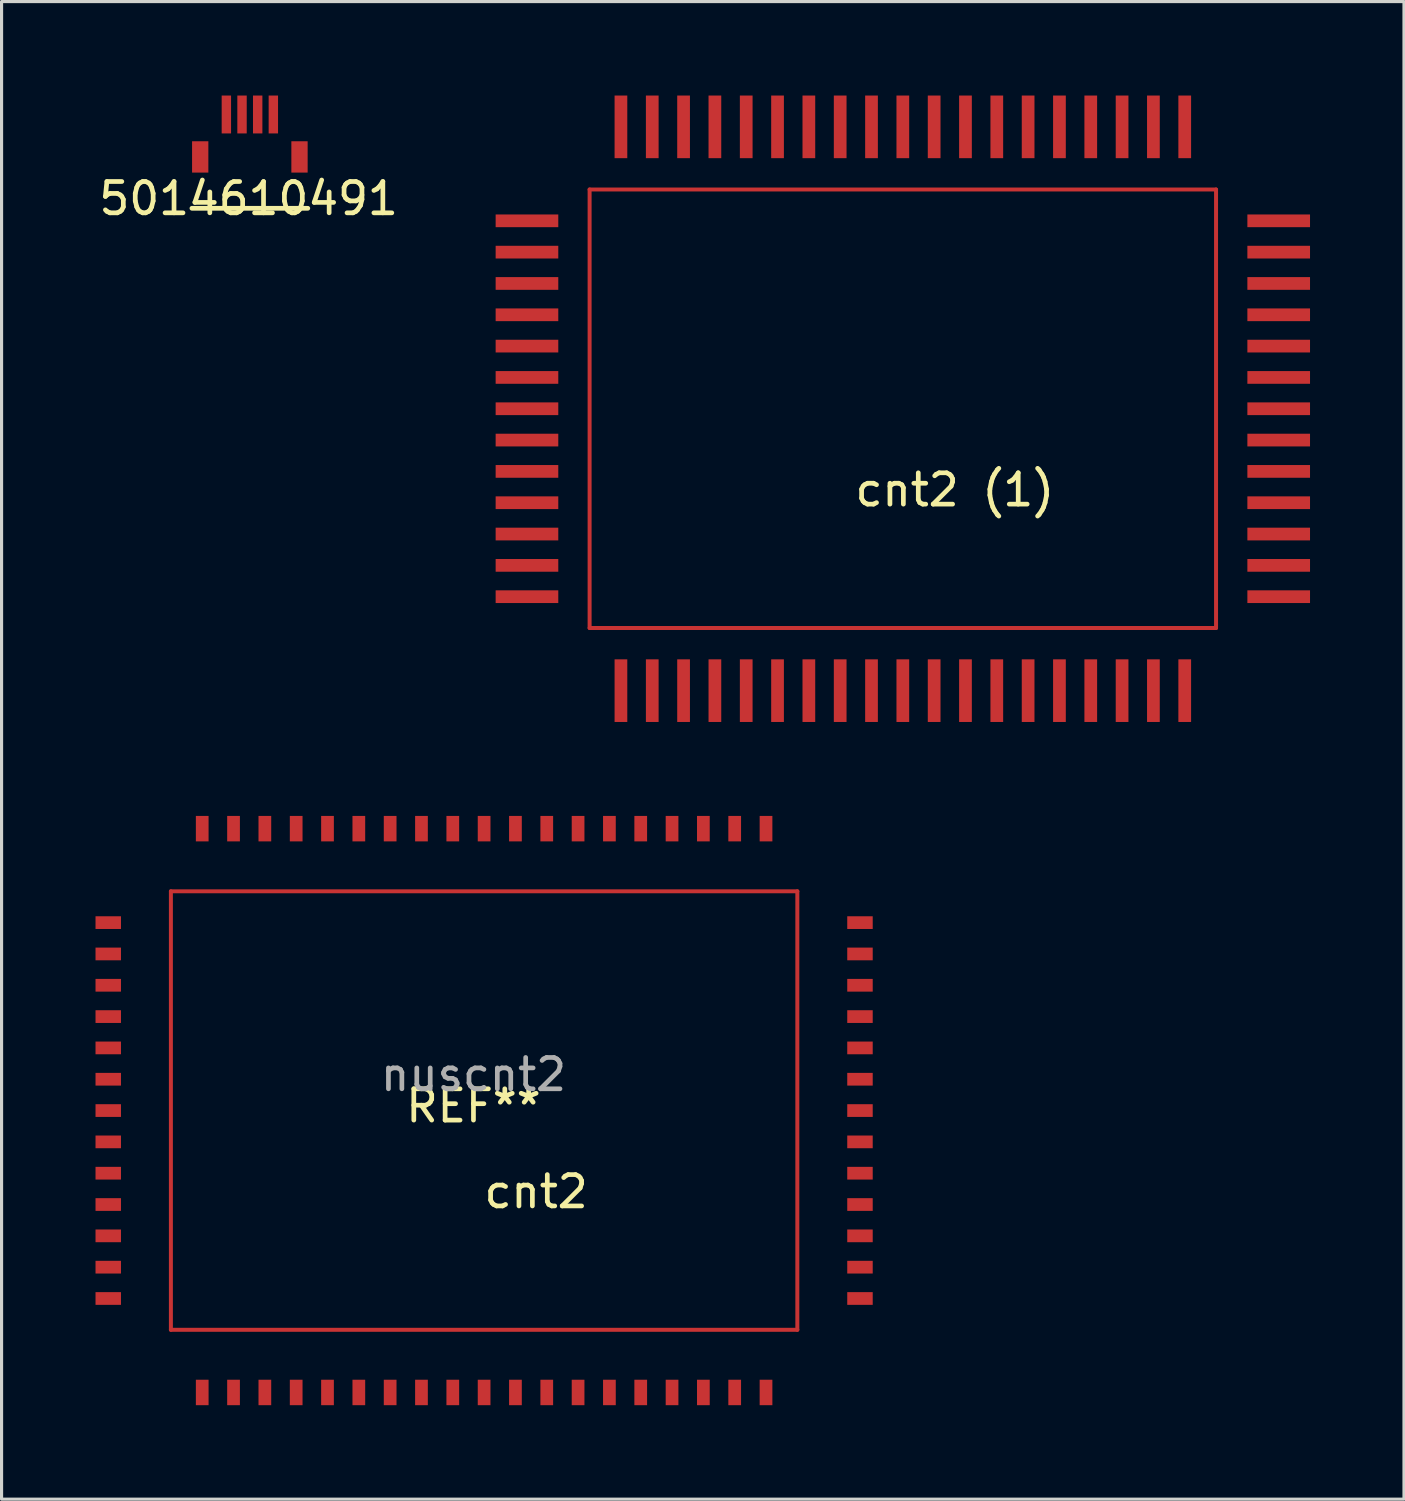
<source format=kicad_pcb>
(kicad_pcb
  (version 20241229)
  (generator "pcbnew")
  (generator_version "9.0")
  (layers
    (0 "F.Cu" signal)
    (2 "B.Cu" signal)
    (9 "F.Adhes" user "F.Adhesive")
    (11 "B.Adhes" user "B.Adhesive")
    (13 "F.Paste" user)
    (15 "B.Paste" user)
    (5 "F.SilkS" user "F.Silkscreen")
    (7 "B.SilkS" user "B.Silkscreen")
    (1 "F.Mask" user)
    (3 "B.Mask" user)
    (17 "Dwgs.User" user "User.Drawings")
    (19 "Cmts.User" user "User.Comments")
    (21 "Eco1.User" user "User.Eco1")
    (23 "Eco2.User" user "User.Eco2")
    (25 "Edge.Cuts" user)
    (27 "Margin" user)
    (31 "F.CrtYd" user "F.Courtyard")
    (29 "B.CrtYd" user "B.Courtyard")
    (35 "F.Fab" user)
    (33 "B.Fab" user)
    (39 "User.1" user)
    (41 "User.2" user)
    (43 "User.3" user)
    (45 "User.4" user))
  (footprint "cnt2"
    (layer "F.Cu")
    (at 11.696 31.766)
    (property "Reference" "cnt2" (at 2.37 3.23 0) (layer "F.SilkS") (effects (font (size 1 1) (thickness 0.15))))
    (attr through_hole)
    (fp_line (start -9.29 -6.36) (end -9.29 7.64) (stroke (width 0.127) (type solid)) (layer "F.Cu"))
    (fp_line (start -9.29 7.64) (end 10.71 7.64) (stroke (width 0.127) (type solid)) (layer "F.Cu"))
    (fp_line (start 10.71 -6.36) (end -9.29 -6.36) (stroke (width 0.127) (type solid)) (layer "F.Cu"))
    (fp_line (start 10.71 7.64) (end 10.71 -6.36) (stroke (width 0.127) (type solid)) (layer "F.Cu"))
    (fp_text user "REF**" (at 0.37 0.49 0) (layer "F.SilkS") (effects (font (size 1 1) (thickness 0.15))))
    (fp_text user "nuscnt2" (at 0.37 -0.51 0) (layer "F.Fab") (effects (font (size 1 1) (thickness 0.15))))
    (pad "1" smd rect (at -8.29 9.64 90) (size 0.813 0.406) (layers "F.Cu" "F.Mask" "F.Paste"))
    (pad "2" smd rect (at -7.29 9.64 90) (size 0.813 0.406) (layers "F.Cu" "F.Mask" "F.Paste"))
    (pad "3" smd rect (at -6.29 9.64 90) (size 0.813 0.406) (layers "F.Cu" "F.Mask" "F.Paste"))
    (pad "4" smd rect (at -5.29 9.64 90) (size 0.813 0.406) (layers "F.Cu" "F.Mask" "F.Paste"))
    (pad "5" smd rect (at -4.29 9.64 90) (size 0.813 0.406) (layers "F.Cu" "F.Mask" "F.Paste"))
    (pad "6" smd rect (at -3.29 9.64 90) (size 0.813 0.406) (layers "F.Cu" "F.Mask" "F.Paste"))
    (pad "7" smd rect (at -2.29 9.64 90) (size 0.813 0.406) (layers "F.Cu" "F.Mask" "F.Paste"))
    (pad "8" smd rect (at -1.29 9.64 90) (size 0.813 0.406) (layers "F.Cu" "F.Mask" "F.Paste"))
    (pad "9" smd rect (at -0.29 9.64 90) (size 0.813 0.406) (layers "F.Cu" "F.Mask" "F.Paste"))
    (pad "10" smd rect (at 0.71 9.64 90) (size 0.813 0.406) (layers "F.Cu" "F.Mask" "F.Paste"))
    (pad "11" smd rect (at 1.71 9.64 90) (size 0.813 0.406) (layers "F.Cu" "F.Mask" "F.Paste"))
    (pad "12" smd rect (at 2.71 9.64 90) (size 0.813 0.406) (layers "F.Cu" "F.Mask" "F.Paste"))
    (pad "13" smd rect (at 3.71 9.64 90) (size 0.813 0.406) (layers "F.Cu" "F.Mask" "F.Paste"))
    (pad "14" smd rect (at 4.71 9.64 90) (size 0.813 0.406) (layers "F.Cu" "F.Mask" "F.Paste"))
    (pad "15" smd rect (at 5.71 9.64 90) (size 0.813 0.406) (layers "F.Cu" "F.Mask" "F.Paste"))
    (pad "16" smd rect (at 6.71 9.64 90) (size 0.813 0.406) (layers "F.Cu" "F.Mask" "F.Paste"))
    (pad "17" smd rect (at 7.71 9.64 90) (size 0.813 0.406) (layers "F.Cu" "F.Mask" "F.Paste"))
    (pad "18" smd rect (at 8.71 9.64 90) (size 0.813 0.406) (layers "F.Cu" "F.Mask" "F.Paste"))
    (pad "19" smd rect (at 9.71 9.64 90) (size 0.813 0.406) (layers "F.Cu" "F.Mask" "F.Paste"))
    (pad "20" smd rect (at 12.71 6.64) (size 0.813 0.406) (layers "F.Cu" "F.Mask" "F.Paste"))
    (pad "21" smd rect (at 12.71 5.64) (size 0.813 0.406) (layers "F.Cu" "F.Mask" "F.Paste"))
    (pad "22" smd rect (at 12.71 4.64) (size 0.813 0.406) (layers "F.Cu" "F.Mask" "F.Paste"))
    (pad "23" smd rect (at 12.71 3.64) (size 0.813 0.406) (layers "F.Cu" "F.Mask" "F.Paste"))
    (pad "24" smd rect (at 12.71 2.64) (size 0.813 0.406) (layers "F.Cu" "F.Mask" "F.Paste"))
    (pad "25" smd rect (at 12.71 1.64) (size 0.813 0.406) (layers "F.Cu" "F.Mask" "F.Paste"))
    (pad "26" smd rect (at 12.71 0.64) (size 0.813 0.406) (layers "F.Cu" "F.Mask" "F.Paste"))
    (pad "27" smd rect (at 12.71 -0.36) (size 0.813 0.406) (layers "F.Cu" "F.Mask" "F.Paste"))
    (pad "28" smd rect (at 12.71 -1.36) (size 0.813 0.406) (layers "F.Cu" "F.Mask" "F.Paste"))
    (pad "29" smd rect (at 12.71 -2.36) (size 0.813 0.406) (layers "F.Cu" "F.Mask" "F.Paste"))
    (pad "30" smd rect (at 12.71 -3.36) (size 0.813 0.406) (layers "F.Cu" "F.Mask" "F.Paste"))
    (pad "31" smd rect (at 12.71 -4.36) (size 0.813 0.406) (layers "F.Cu" "F.Mask" "F.Paste"))
    (pad "32" smd rect (at 12.71 -5.36) (size 0.813 0.406) (layers "F.Cu" "F.Mask" "F.Paste"))
    (pad "33" smd rect (at 9.71 -8.36 90) (size 0.813 0.406) (layers "F.Cu" "F.Mask" "F.Paste"))
    (pad "34" smd rect (at 8.71 -8.36 90) (size 0.813 0.406) (layers "F.Cu" "F.Mask" "F.Paste"))
    (pad "35" smd rect (at 7.71 -8.36 90) (size 0.813 0.406) (layers "F.Cu" "F.Mask" "F.Paste"))
    (pad "36" smd rect (at 6.71 -8.36 90) (size 0.813 0.406) (layers "F.Cu" "F.Mask" "F.Paste"))
    (pad "37" smd rect (at 5.71 -8.36 90) (size 0.813 0.406) (layers "F.Cu" "F.Mask" "F.Paste"))
    (pad "38" smd rect (at 4.71 -8.36 90) (size 0.813 0.406) (layers "F.Cu" "F.Mask" "F.Paste"))
    (pad "39" smd rect (at 3.71 -8.36 90) (size 0.813 0.406) (layers "F.Cu" "F.Mask" "F.Paste"))
    (pad "40" smd rect (at 2.71 -8.36 90) (size 0.813 0.406) (layers "F.Cu" "F.Mask" "F.Paste"))
    (pad "41" smd rect (at 1.71 -8.36 90) (size 0.813 0.406) (layers "F.Cu" "F.Mask" "F.Paste"))
    (pad "42" smd rect (at 0.71 -8.36 90) (size 0.813 0.406) (layers "F.Cu" "F.Mask" "F.Paste"))
    (pad "43" smd rect (at -0.29 -8.36 90) (size 0.813 0.406) (layers "F.Cu" "F.Mask" "F.Paste"))
    (pad "44" smd rect (at -1.29 -8.36 90) (size 0.813 0.406) (layers "F.Cu" "F.Mask" "F.Paste"))
    (pad "45" smd rect (at -2.29 -8.36 90) (size 0.813 0.406) (layers "F.Cu" "F.Mask" "F.Paste"))
    (pad "46" smd rect (at -3.29 -8.36 90) (size 0.813 0.406) (layers "F.Cu" "F.Mask" "F.Paste"))
    (pad "47" smd rect (at -4.29 -8.36 90) (size 0.813 0.406) (layers "F.Cu" "F.Mask" "F.Paste"))
    (pad "48" smd rect (at -5.29 -8.36 90) (size 0.813 0.406) (layers "F.Cu" "F.Mask" "F.Paste"))
    (pad "49" smd rect (at -6.29 -8.36 90) (size 0.813 0.406) (layers "F.Cu" "F.Mask" "F.Paste"))
    (pad "50" smd rect (at -7.29 -8.36 90) (size 0.813 0.406) (layers "F.Cu" "F.Mask" "F.Paste"))
    (pad "51" smd rect (at -8.29 -8.36 90) (size 0.813 0.406) (layers "F.Cu" "F.Mask" "F.Paste"))
    (pad "52" smd rect (at -11.29 -5.36) (size 0.813 0.406) (layers "F.Cu" "F.Mask" "F.Paste"))
    (pad "53" smd rect (at -11.29 -4.36) (size 0.813 0.406) (layers "F.Cu" "F.Mask" "F.Paste"))
    (pad "54" smd rect (at -11.29 -3.36) (size 0.813 0.406) (layers "F.Cu" "F.Mask" "F.Paste"))
    (pad "55" smd rect (at -11.29 -2.36) (size 0.813 0.406) (layers "F.Cu" "F.Mask" "F.Paste"))
    (pad "56" smd rect (at -11.29 -1.36) (size 0.813 0.406) (layers "F.Cu" "F.Mask" "F.Paste"))
    (pad "57" smd rect (at -11.29 -0.36) (size 0.813 0.406) (layers "F.Cu" "F.Mask" "F.Paste"))
    (pad "58" smd rect (at -11.29 0.64) (size 0.813 0.406) (layers "F.Cu" "F.Mask" "F.Paste"))
    (pad "59" smd rect (at -11.29 1.64) (size 0.813 0.406) (layers "F.Cu" "F.Mask" "F.Paste"))
    (pad "60" smd rect (at -11.29 2.64) (size 0.813 0.406) (layers "F.Cu" "F.Mask" "F.Paste"))
    (pad "61" smd rect (at -11.29 3.64) (size 0.813 0.406) (layers "F.Cu" "F.Mask" "F.Paste"))
    (pad "62" smd rect (at -11.29 4.64) (size 0.813 0.406) (layers "F.Cu" "F.Mask" "F.Paste"))
    (pad "63" smd rect (at -11.29 5.64) (size 0.813 0.406) (layers "F.Cu" "F.Mask" "F.Paste"))
    (pad "64" smd rect (at -11.29 6.64) (size 0.813 0.406) (layers "F.Cu" "F.Mask" "F.Paste")))
  (footprint "cnt2 (1)"
    (layer "F.Cu")
    (at 25.064 9.36)
    (property "Reference" "cnt2 (1)" (at 2.37 3.23 0) (layer "F.SilkS") (effects (font (size 1 1) (thickness 0.15))))
    (attr through_hole)
    (fp_line (start -9.29 -6.36) (end -9.29 7.64) (stroke (width 0.127) (type solid)) (layer "F.Cu"))
    (fp_line (start -9.29 7.64) (end 10.71 7.64) (stroke (width 0.127) (type solid)) (layer "F.Cu"))
    (fp_line (start 10.71 -6.36) (end -9.29 -6.36) (stroke (width 0.127) (type solid)) (layer "F.Cu"))
    (fp_line (start 10.71 7.64) (end 10.71 -6.36) (stroke (width 0.127) (type solid)) (layer "F.Cu"))
    (pad "1" smd rect (at -8.29 9.64 90) (size 2 0.406) (layers "F.Cu" "F.Mask" "F.Paste"))
    (pad "2" smd rect (at -7.29 9.64 90) (size 2 0.406) (layers "F.Cu" "F.Mask" "F.Paste"))
    (pad "3" smd rect (at -6.29 9.64 90) (size 2 0.406) (layers "F.Cu" "F.Mask" "F.Paste"))
    (pad "4" smd rect (at -5.29 9.64 90) (size 2 0.406) (layers "F.Cu" "F.Mask" "F.Paste"))
    (pad "5" smd rect (at -4.29 9.64 90) (size 2 0.406) (layers "F.Cu" "F.Mask" "F.Paste"))
    (pad "6" smd rect (at -3.29 9.64 90) (size 2 0.406) (layers "F.Cu" "F.Mask" "F.Paste"))
    (pad "7" smd rect (at -2.29 9.64 90) (size 2 0.406) (layers "F.Cu" "F.Mask" "F.Paste"))
    (pad "8" smd rect (at -1.29 9.64 90) (size 2 0.406) (layers "F.Cu" "F.Mask" "F.Paste"))
    (pad "9" smd rect (at -0.29 9.64 90) (size 2 0.406) (layers "F.Cu" "F.Mask" "F.Paste"))
    (pad "10" smd rect (at 0.71 9.64 90) (size 2 0.406) (layers "F.Cu" "F.Mask" "F.Paste"))
    (pad "11" smd rect (at 1.71 9.64 90) (size 2 0.406) (layers "F.Cu" "F.Mask" "F.Paste"))
    (pad "12" smd rect (at 2.71 9.64 90) (size 2 0.406) (layers "F.Cu" "F.Mask" "F.Paste"))
    (pad "13" smd rect (at 3.71 9.64 90) (size 2 0.406) (layers "F.Cu" "F.Mask" "F.Paste"))
    (pad "14" smd rect (at 4.71 9.64 90) (size 2 0.406) (layers "F.Cu" "F.Mask" "F.Paste"))
    (pad "15" smd rect (at 5.71 9.64 90) (size 2 0.406) (layers "F.Cu" "F.Mask" "F.Paste"))
    (pad "16" smd rect (at 6.71 9.64 90) (size 2 0.406) (layers "F.Cu" "F.Mask" "F.Paste"))
    (pad "17" smd rect (at 7.71 9.64 90) (size 2 0.406) (layers "F.Cu" "F.Mask" "F.Paste"))
    (pad "18" smd rect (at 8.71 9.64 90) (size 2 0.406) (layers "F.Cu" "F.Mask" "F.Paste"))
    (pad "19" smd rect (at 9.71 9.64 90) (size 2 0.406) (layers "F.Cu" "F.Mask" "F.Paste"))
    (pad "20" smd rect (at 12.71 6.64) (size 2 0.406) (layers "F.Cu" "F.Mask" "F.Paste"))
    (pad "21" smd rect (at 12.71 5.64) (size 2 0.406) (layers "F.Cu" "F.Mask" "F.Paste"))
    (pad "22" smd rect (at 12.71 4.64) (size 2 0.406) (layers "F.Cu" "F.Mask" "F.Paste"))
    (pad "23" smd rect (at 12.71 3.64) (size 2 0.406) (layers "F.Cu" "F.Mask" "F.Paste"))
    (pad "24" smd rect (at 12.71 2.64) (size 2 0.406) (layers "F.Cu" "F.Mask" "F.Paste"))
    (pad "25" smd rect (at 12.71 1.64) (size 2 0.406) (layers "F.Cu" "F.Mask" "F.Paste"))
    (pad "26" smd rect (at 12.71 0.64) (size 2 0.406) (layers "F.Cu" "F.Mask" "F.Paste"))
    (pad "27" smd rect (at 12.71 -0.36) (size 2 0.406) (layers "F.Cu" "F.Mask" "F.Paste"))
    (pad "28" smd rect (at 12.71 -1.36) (size 2 0.406) (layers "F.Cu" "F.Mask" "F.Paste"))
    (pad "29" smd rect (at 12.71 -2.36) (size 2 0.406) (layers "F.Cu" "F.Mask" "F.Paste"))
    (pad "30" smd rect (at 12.71 -3.36) (size 2 0.406) (layers "F.Cu" "F.Mask" "F.Paste"))
    (pad "31" smd rect (at 12.71 -4.36) (size 2 0.406) (layers "F.Cu" "F.Mask" "F.Paste"))
    (pad "32" smd rect (at 12.71 -5.36) (size 2 0.406) (layers "F.Cu" "F.Mask" "F.Paste"))
    (pad "33" smd rect (at 9.71 -8.36 90) (size 2 0.406) (layers "F.Cu" "F.Mask" "F.Paste"))
    (pad "34" smd rect (at 8.71 -8.36 90) (size 2 0.406) (layers "F.Cu" "F.Mask" "F.Paste"))
    (pad "35" smd rect (at 7.71 -8.36 90) (size 2 0.406) (layers "F.Cu" "F.Mask" "F.Paste"))
    (pad "36" smd rect (at 6.71 -8.36 90) (size 2 0.406) (layers "F.Cu" "F.Mask" "F.Paste"))
    (pad "37" smd rect (at 5.71 -8.36 90) (size 2 0.406) (layers "F.Cu" "F.Mask" "F.Paste"))
    (pad "38" smd rect (at 4.71 -8.36 90) (size 2 0.406) (layers "F.Cu" "F.Mask" "F.Paste"))
    (pad "39" smd rect (at 3.71 -8.36 90) (size 2 0.406) (layers "F.Cu" "F.Mask" "F.Paste"))
    (pad "40" smd rect (at 2.71 -8.36 90) (size 2 0.406) (layers "F.Cu" "F.Mask" "F.Paste"))
    (pad "41" smd rect (at 1.71 -8.36 90) (size 2 0.406) (layers "F.Cu" "F.Mask" "F.Paste"))
    (pad "42" smd rect (at 0.71 -8.36 90) (size 2 0.406) (layers "F.Cu" "F.Mask" "F.Paste"))
    (pad "43" smd rect (at -0.29 -8.36 90) (size 2 0.406) (layers "F.Cu" "F.Mask" "F.Paste"))
    (pad "44" smd rect (at -1.29 -8.36 90) (size 2 0.406) (layers "F.Cu" "F.Mask" "F.Paste"))
    (pad "45" smd rect (at -2.29 -8.36 90) (size 2 0.406) (layers "F.Cu" "F.Mask" "F.Paste"))
    (pad "46" smd rect (at -3.29 -8.36 90) (size 2 0.406) (layers "F.Cu" "F.Mask" "F.Paste"))
    (pad "47" smd rect (at -4.29 -8.36 90) (size 2 0.406) (layers "F.Cu" "F.Mask" "F.Paste"))
    (pad "48" smd rect (at -5.29 -8.36 90) (size 2 0.406) (layers "F.Cu" "F.Mask" "F.Paste"))
    (pad "49" smd rect (at -6.29 -8.36 90) (size 2 0.406) (layers "F.Cu" "F.Mask" "F.Paste"))
    (pad "50" smd rect (at -7.29 -8.36 90) (size 2 0.406) (layers "F.Cu" "F.Mask" "F.Paste"))
    (pad "51" smd rect (at -8.29 -8.36 90) (size 2 0.406) (layers "F.Cu" "F.Mask" "F.Paste"))
    (pad "52" smd rect (at -11.29 -5.36) (size 2 0.406) (layers "F.Cu" "F.Mask" "F.Paste"))
    (pad "53" smd rect (at -11.29 -4.36) (size 2 0.406) (layers "F.Cu" "F.Mask" "F.Paste"))
    (pad "54" smd rect (at -11.29 -3.36) (size 2 0.406) (layers "F.Cu" "F.Mask" "F.Paste"))
    (pad "55" smd rect (at -11.29 -2.36) (size 2 0.406) (layers "F.Cu" "F.Mask" "F.Paste"))
    (pad "56" smd rect (at -11.29 -1.36) (size 2 0.406) (layers "F.Cu" "F.Mask" "F.Paste"))
    (pad "57" smd rect (at -11.29 -0.36) (size 2 0.406) (layers "F.Cu" "F.Mask" "F.Paste"))
    (pad "58" smd rect (at -11.29 0.64) (size 2 0.406) (layers "F.Cu" "F.Mask" "F.Paste"))
    (pad "59" smd rect (at -11.29 1.64) (size 2 0.406) (layers "F.Cu" "F.Mask" "F.Paste"))
    (pad "60" smd rect (at -11.29 2.64) (size 2 0.406) (layers "F.Cu" "F.Mask" "F.Paste"))
    (pad "61" smd rect (at -11.29 3.64) (size 2 0.406) (layers "F.Cu" "F.Mask" "F.Paste"))
    (pad "62" smd rect (at -11.29 4.64) (size 2 0.406) (layers "F.Cu" "F.Mask" "F.Paste"))
    (pad "63" smd rect (at -11.29 5.64) (size 2 0.406) (layers "F.Cu" "F.Mask" "F.Paste"))
    (pad "64" smd rect (at -11.29 6.64) (size 2 0.406) (layers "F.Cu" "F.Mask" "F.Paste")))
  (footprint "5014610491"
    (layer "F.Cu")
    (at 4.927 1.96)
    (property "Reference" "5014610491" (at -0.04 1.33 180) (layer "F.SilkS") (effects (font (size 1 1) (thickness 0.15))))
    (attr through_hole)
    (fp_line (start -1.85 1.64) (end 1.85 1.64) (stroke (width 0.15) (type solid)) (layer "F.SilkS"))
    (pad "1" smd rect (at -0.75 -1.355) (size 0.3 1.21) (layers "F.Cu" "F.Mask" "F.Paste"))
    (pad "2" smd rect (at -0.25 -1.355) (size 0.3 1.21) (layers "F.Cu" "F.Mask" "F.Paste"))
    (pad "3" smd rect (at 0.25 -1.355) (size 0.3 1.21) (layers "F.Cu" "F.Mask" "F.Paste"))
    (pad "4" smd rect (at 0.75 -1.355) (size 0.3 1.21) (layers "F.Cu" "F.Mask" "F.Paste"))
    (pad "5" smd rect (at -1.585 0) (size 0.52 1) (layers "F.Cu" "F.Mask" "F.Paste"))
    (pad "5" smd rect (at 1.585 0) (size 0.52 1) (layers "F.Cu" "F.Mask" "F.Paste")))
  (gr_rect
    (start -3 -3)
    (end 41.774 44.813)
    (stroke (width 0.1) (type default))
    (fill no)
    (layer "Edge.Cuts")))
</source>
